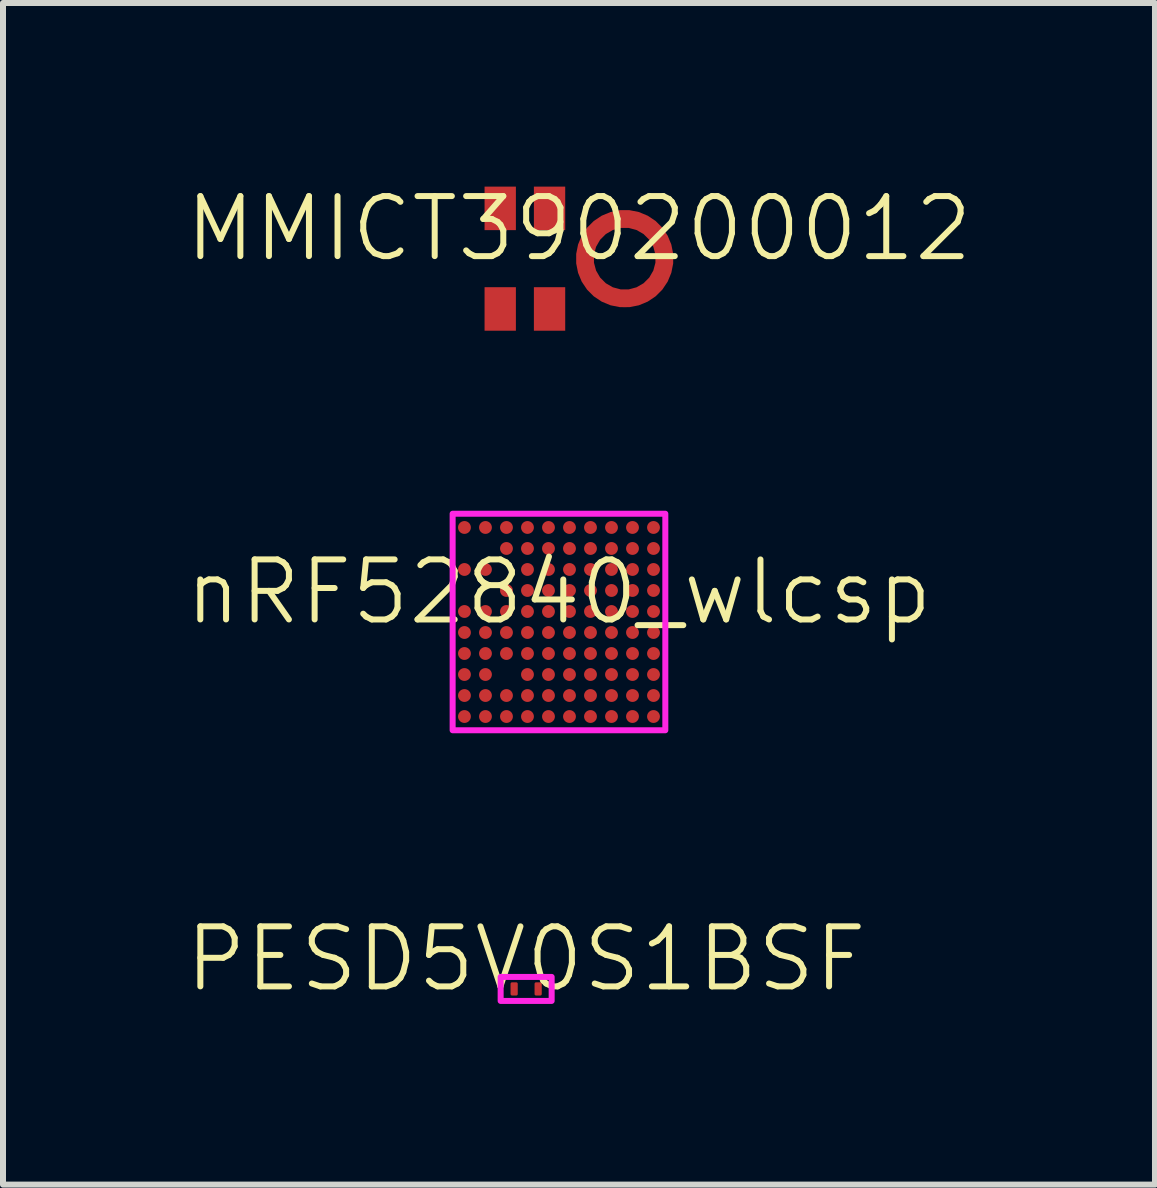
<source format=kicad_pcb>
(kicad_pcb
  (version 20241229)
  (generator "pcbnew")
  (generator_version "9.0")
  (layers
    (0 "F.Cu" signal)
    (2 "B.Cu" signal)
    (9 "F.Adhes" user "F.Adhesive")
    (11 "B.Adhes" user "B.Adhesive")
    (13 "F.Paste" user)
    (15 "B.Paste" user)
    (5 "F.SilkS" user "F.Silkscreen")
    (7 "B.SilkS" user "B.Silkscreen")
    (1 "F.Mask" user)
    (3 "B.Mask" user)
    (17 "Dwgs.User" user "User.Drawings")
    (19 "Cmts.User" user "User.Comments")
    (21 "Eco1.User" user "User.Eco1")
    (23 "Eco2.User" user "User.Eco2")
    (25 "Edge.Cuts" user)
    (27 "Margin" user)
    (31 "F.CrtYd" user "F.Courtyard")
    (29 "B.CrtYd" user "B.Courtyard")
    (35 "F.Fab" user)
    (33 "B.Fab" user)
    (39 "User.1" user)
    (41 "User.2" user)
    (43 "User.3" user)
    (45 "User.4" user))
  (footprint "nRF52840_wlcsp"
    (layer "F.Cu")
    (at 6.264 7.314)
    (property "Reference" "nRF52840_wlcsp" (at 0 -0.5 0) (unlocked yes) (layer "F.SilkS") (effects (font (size 1 1) (thickness 0.1))))
    (attr smd)
    (fp_rect (start -1.772 -1.804) (end 1.772 1.804) (stroke (width 0.1) (type solid)) (fill no) (layer "F.CrtYd"))
    (pad "A1" smd circle (at -1.575 -1.575) (size 0.214 0.214) (layers "F.Cu" "F.Mask" "F.Paste"))
    (pad "A2" smd circle (at -1.225 -1.575) (size 0.214 0.214) (layers "F.Cu" "F.Mask" "F.Paste"))
    (pad "A3" smd circle (at -0.875 -1.575) (size 0.214 0.214) (layers "F.Cu" "F.Mask" "F.Paste"))
    (pad "A4" smd circle (at -0.525 -1.575) (size 0.214 0.214) (layers "F.Cu" "F.Mask" "F.Paste"))
    (pad "A5" smd circle (at -0.175 -1.575) (size 0.214 0.214) (layers "F.Cu" "F.Mask" "F.Paste"))
    (pad "A6" smd circle (at 0.175 -1.575) (size 0.214 0.214) (layers "F.Cu" "F.Mask" "F.Paste"))
    (pad "A7" smd circle (at 0.525 -1.575) (size 0.214 0.214) (layers "F.Cu" "F.Mask" "F.Paste"))
    (pad "A8" smd circle (at 0.875 -1.575) (size 0.214 0.214) (layers "F.Cu" "F.Mask" "F.Paste"))
    (pad "A9" smd circle (at 1.225 -1.575) (size 0.214 0.214) (layers "F.Cu" "F.Mask" "F.Paste"))
    (pad "A10" smd circle (at 1.575 -1.575) (size 0.214 0.214) (layers "F.Cu" "F.Mask" "F.Paste"))
    (pad "B3" smd circle (at -0.875 -1.225) (size 0.214 0.214) (layers "F.Cu" "F.Mask" "F.Paste"))
    (pad "B4" smd circle (at -0.525 -1.225) (size 0.214 0.214) (layers "F.Cu" "F.Mask" "F.Paste"))
    (pad "B5" smd circle (at -0.175 -1.225) (size 0.214 0.214) (layers "F.Cu" "F.Mask" "F.Paste"))
    (pad "B6" smd circle (at 0.175 -1.225) (size 0.214 0.214) (layers "F.Cu" "F.Mask" "F.Paste"))
    (pad "B7" smd circle (at 0.525 -1.225) (size 0.214 0.214) (layers "F.Cu" "F.Mask" "F.Paste"))
    (pad "B8" smd circle (at 0.875 -1.225) (size 0.214 0.214) (layers "F.Cu" "F.Mask" "F.Paste"))
    (pad "B9" smd circle (at 1.225 -1.225) (size 0.214 0.214) (layers "F.Cu" "F.Mask" "F.Paste"))
    (pad "B10" smd circle (at 1.575 -1.225) (size 0.214 0.214) (layers "F.Cu" "F.Mask" "F.Paste"))
    (pad "C1" smd circle (at -1.575 -0.875) (size 0.214 0.214) (layers "F.Cu" "F.Mask" "F.Paste"))
    (pad "C2" smd circle (at -1.225 -0.875) (size 0.214 0.214) (layers "F.Cu" "F.Mask" "F.Paste"))
    (pad "C4" smd circle (at -0.525 -0.875) (size 0.214 0.214) (layers "F.Cu" "F.Mask" "F.Paste"))
    (pad "C5" smd circle (at -0.175 -0.875) (size 0.214 0.214) (layers "F.Cu" "F.Mask" "F.Paste"))
    (pad "C6" smd circle (at 0.175 -0.875) (size 0.214 0.214) (layers "F.Cu" "F.Mask" "F.Paste"))
    (pad "C7" smd circle (at 0.525 -0.875) (size 0.214 0.214) (layers "F.Cu" "F.Mask" "F.Paste"))
    (pad "C8" smd circle (at 0.875 -0.875) (size 0.214 0.214) (layers "F.Cu" "F.Mask" "F.Paste"))
    (pad "C9" smd circle (at 1.225 -0.875) (size 0.214 0.214) (layers "F.Cu" "F.Mask" "F.Paste"))
    (pad "C10" smd circle (at 1.575 -0.875) (size 0.214 0.214) (layers "F.Cu" "F.Mask" "F.Paste"))
    (pad "D3" smd circle (at -0.875 -0.525) (size 0.214 0.214) (layers "F.Cu" "F.Mask" "F.Paste"))
    (pad "D4" smd circle (at -0.525 -0.525) (size 0.214 0.214) (layers "F.Cu" "F.Mask" "F.Paste"))
    (pad "D5" smd circle (at -0.175 -0.525) (size 0.214 0.214) (layers "F.Cu" "F.Mask" "F.Paste"))
    (pad "D6" smd circle (at 0.175 -0.525) (size 0.214 0.214) (layers "F.Cu" "F.Mask" "F.Paste"))
    (pad "D7" smd circle (at 0.525 -0.525) (size 0.214 0.214) (layers "F.Cu" "F.Mask" "F.Paste"))
    (pad "D8" smd circle (at 0.875 -0.525) (size 0.214 0.214) (layers "F.Cu" "F.Mask" "F.Paste"))
    (pad "D9" smd circle (at 1.225 -0.525) (size 0.214 0.214) (layers "F.Cu" "F.Mask" "F.Paste"))
    (pad "D10" smd circle (at 1.575 -0.525) (size 0.214 0.214) (layers "F.Cu" "F.Mask" "F.Paste"))
    (pad "E1" smd circle (at -1.575 -0.175) (size 0.214 0.214) (layers "F.Cu" "F.Mask" "F.Paste"))
    (pad "E2" smd circle (at -1.225 -0.175) (size 0.214 0.214) (layers "F.Cu" "F.Mask" "F.Paste"))
    (pad "E3" smd circle (at -0.875 -0.175) (size 0.214 0.214) (layers "F.Cu" "F.Mask" "F.Paste"))
    (pad "E4" smd circle (at -0.525 -0.175) (size 0.214 0.214) (layers "F.Cu" "F.Mask" "F.Paste"))
    (pad "E5" smd circle (at -0.175 -0.175) (size 0.214 0.214) (layers "F.Cu" "F.Mask" "F.Paste"))
    (pad "E6" smd circle (at 0.175 -0.175) (size 0.214 0.214) (layers "F.Cu" "F.Mask" "F.Paste"))
    (pad "E7" smd circle (at 0.525 -0.175) (size 0.214 0.214) (layers "F.Cu" "F.Mask" "F.Paste"))
    (pad "E8" smd circle (at 0.875 -0.175) (size 0.214 0.214) (layers "F.Cu" "F.Mask" "F.Paste"))
    (pad "E9" smd circle (at 1.225 -0.175) (size 0.214 0.214) (layers "F.Cu" "F.Mask" "F.Paste"))
    (pad "E10" smd circle (at 1.575 -0.175) (size 0.214 0.214) (layers "F.Cu" "F.Mask" "F.Paste"))
    (pad "F1" smd circle (at -1.575 0.175) (size 0.214 0.214) (layers "F.Cu" "F.Mask" "F.Paste"))
    (pad "F2" smd circle (at -1.225 0.175) (size 0.214 0.214) (layers "F.Cu" "F.Mask" "F.Paste"))
    (pad "F3" smd circle (at -0.875 0.175) (size 0.214 0.214) (layers "F.Cu" "F.Mask" "F.Paste"))
    (pad "F4" smd circle (at -0.525 0.175) (size 0.214 0.214) (layers "F.Cu" "F.Mask" "F.Paste"))
    (pad "F5" smd circle (at -0.175 0.175) (size 0.214 0.214) (layers "F.Cu" "F.Mask" "F.Paste"))
    (pad "F6" smd circle (at 0.175 0.175) (size 0.214 0.214) (layers "F.Cu" "F.Mask" "F.Paste"))
    (pad "F7" smd circle (at 0.525 0.175) (size 0.214 0.214) (layers "F.Cu" "F.Mask" "F.Paste"))
    (pad "F8" smd circle (at 0.875 0.175) (size 0.214 0.214) (layers "F.Cu" "F.Mask" "F.Paste"))
    (pad "F9" smd circle (at 1.225 0.175) (size 0.214 0.214) (layers "F.Cu" "F.Mask" "F.Paste"))
    (pad "F10" smd circle (at 1.575 0.175) (size 0.214 0.214) (layers "F.Cu" "F.Mask" "F.Paste"))
    (pad "G1" smd circle (at -1.575 0.525) (size 0.214 0.214) (layers "F.Cu" "F.Mask" "F.Paste"))
    (pad "G2" smd circle (at -1.225 0.525) (size 0.214 0.214) (layers "F.Cu" "F.Mask" "F.Paste"))
    (pad "G3" smd circle (at -0.875 0.525) (size 0.214 0.214) (layers "F.Cu" "F.Mask" "F.Paste"))
    (pad "G4" smd circle (at -0.525 0.525) (size 0.214 0.214) (layers "F.Cu" "F.Mask" "F.Paste"))
    (pad "G5" smd circle (at -0.175 0.525) (size 0.214 0.214) (layers "F.Cu" "F.Mask" "F.Paste"))
    (pad "G6" smd circle (at 0.175 0.525) (size 0.214 0.214) (layers "F.Cu" "F.Mask" "F.Paste"))
    (pad "G7" smd circle (at 0.525 0.525) (size 0.214 0.214) (layers "F.Cu" "F.Mask" "F.Paste"))
    (pad "G8" smd circle (at 0.875 0.525) (size 0.214 0.214) (layers "F.Cu" "F.Mask" "F.Paste"))
    (pad "G9" smd circle (at 1.225 0.525) (size 0.214 0.214) (layers "F.Cu" "F.Mask" "F.Paste"))
    (pad "G10" smd circle (at 1.575 0.525) (size 0.214 0.214) (layers "F.Cu" "F.Mask" "F.Paste"))
    (pad "H1" smd circle (at -1.575 0.875) (size 0.214 0.214) (layers "F.Cu" "F.Mask" "F.Paste"))
    (pad "H2" smd circle (at -1.225 0.875) (size 0.214 0.214) (layers "F.Cu" "F.Mask" "F.Paste"))
    (pad "H4" smd circle (at -0.525 0.875) (size 0.214 0.214) (layers "F.Cu" "F.Mask" "F.Paste"))
    (pad "H5" smd circle (at -0.175 0.875) (size 0.214 0.214) (layers "F.Cu" "F.Mask" "F.Paste"))
    (pad "H6" smd circle (at 0.175 0.875) (size 0.214 0.214) (layers "F.Cu" "F.Mask" "F.Paste"))
    (pad "H7" smd circle (at 0.525 0.875) (size 0.214 0.214) (layers "F.Cu" "F.Mask" "F.Paste"))
    (pad "H8" smd circle (at 0.875 0.875) (size 0.214 0.214) (layers "F.Cu" "F.Mask" "F.Paste"))
    (pad "H9" smd circle (at 1.225 0.875) (size 0.214 0.214) (layers "F.Cu" "F.Mask" "F.Paste"))
    (pad "H10" smd circle (at 1.575 0.875) (size 0.214 0.214) (layers "F.Cu" "F.Mask" "F.Paste"))
    (pad "J1" smd circle (at -1.575 1.225) (size 0.214 0.214) (layers "F.Cu" "F.Mask" "F.Paste"))
    (pad "J2" smd circle (at -1.225 1.225) (size 0.214 0.214) (layers "F.Cu" "F.Mask" "F.Paste"))
    (pad "J3" smd circle (at -0.875 1.225) (size 0.214 0.214) (layers "F.Cu" "F.Mask" "F.Paste"))
    (pad "J4" smd circle (at -0.525 1.225) (size 0.214 0.214) (layers "F.Cu" "F.Mask" "F.Paste"))
    (pad "J5" smd circle (at -0.175 1.225) (size 0.214 0.214) (layers "F.Cu" "F.Mask" "F.Paste"))
    (pad "J6" smd circle (at 0.175 1.225) (size 0.214 0.214) (layers "F.Cu" "F.Mask" "F.Paste"))
    (pad "J7" smd circle (at 0.525 1.225) (size 0.214 0.214) (layers "F.Cu" "F.Mask" "F.Paste"))
    (pad "J8" smd circle (at 0.875 1.225) (size 0.214 0.214) (layers "F.Cu" "F.Mask" "F.Paste"))
    (pad "J9" smd circle (at 1.225 1.225) (size 0.214 0.214) (layers "F.Cu" "F.Mask" "F.Paste"))
    (pad "J10" smd circle (at 1.575 1.225) (size 0.214 0.214) (layers "F.Cu" "F.Mask" "F.Paste"))
    (pad "K1" smd circle (at -1.575 1.575) (size 0.214 0.214) (layers "F.Cu" "F.Mask" "F.Paste"))
    (pad "K2" smd circle (at -1.225 1.575) (size 0.214 0.214) (layers "F.Cu" "F.Mask" "F.Paste"))
    (pad "K3" smd circle (at -0.875 1.575) (size 0.214 0.214) (layers "F.Cu" "F.Mask" "F.Paste"))
    (pad "K4" smd circle (at -0.525 1.575) (size 0.214 0.214) (layers "F.Cu" "F.Mask" "F.Paste"))
    (pad "K5" smd circle (at -0.175 1.575) (size 0.214 0.214) (layers "F.Cu" "F.Mask" "F.Paste"))
    (pad "K6" smd circle (at 0.175 1.575) (size 0.214 0.214) (layers "F.Cu" "F.Mask" "F.Paste"))
    (pad "K7" smd circle (at 0.525 1.575) (size 0.214 0.214) (layers "F.Cu" "F.Mask" "F.Paste"))
    (pad "K8" smd circle (at 0.875 1.575) (size 0.214 0.214) (layers "F.Cu" "F.Mask" "F.Paste"))
    (pad "K9" smd circle (at 1.225 1.575) (size 0.214 0.214) (layers "F.Cu" "F.Mask" "F.Paste"))
    (pad "K10" smd circle (at 1.575 1.575) (size 0.214 0.214) (layers "F.Cu" "F.Mask" "F.Paste")))
  (footprint "MMICT390200012"
    (layer "F.Cu")
    (at 6.598 1.26)
    (property "Reference" "MMICT390200012" (at 0 -0.5 0) (unlocked yes) (layer "F.SilkS") (effects (font (size 1 1) (thickness 0.1))))
    (attr smd)
    (pad "1" smd rect (at -1.313 -0.838) (size 0.522 0.725) (layers "F.Cu" "F.Mask" "F.Paste"))
    (pad "2" smd rect (at -0.491 -0.838) (size 0.522 0.725) (layers "F.Cu" "F.Mask" "F.Paste"))
    (pad "3" smd custom (at 0.761 0.662) (size 0.3 0.3) (layers "F.Cu" "F.Mask" "F.Paste") (options (anchor circle)) (primitives (gr_circle (center 0 -0.662) (end 0.662 -0.662) (width 0.3) (fill no))))
    (pad "4" smd rect (at -0.491 0.838) (size 0.522 0.725) (layers "F.Cu" "F.Mask" "F.Paste"))
    (pad "5" smd rect (at -1.313 0.838) (size 0.522 0.725) (layers "F.Cu" "F.Mask" "F.Paste")))
  (footprint "PESD5V0S1BSF"
    (layer "F.Cu")
    (at 5.717 13.428)
    (property "Reference" "PESD5V0S1BSF" (at 0 -0.5 0) (unlocked yes) (layer "F.SilkS") (effects (font (size 1 1) (thickness 0.1))))
    (attr smd)
    (fp_rect (start -0.425 -0.2) (end 0.425 0.2) (stroke (width 0.1) (type solid)) (fill no) (layer "F.CrtYd"))
    (pad "1" smd roundrect (at -0.2 0) (size 0.12 0.22) (layers "F.Cu" "F.Mask" "F.Paste") (roundrect_rratio 0.208))
    (pad "2" smd roundrect (at 0.2 0) (size 0.12 0.22) (layers "F.Cu" "F.Mask" "F.Paste") (roundrect_rratio 0.208)))
  (gr_rect
    (start -3 -3)
    (end 16.195 16.689)
    (stroke (width 0.1) (type default))
    (fill no)
    (layer "Edge.Cuts")))
</source>
